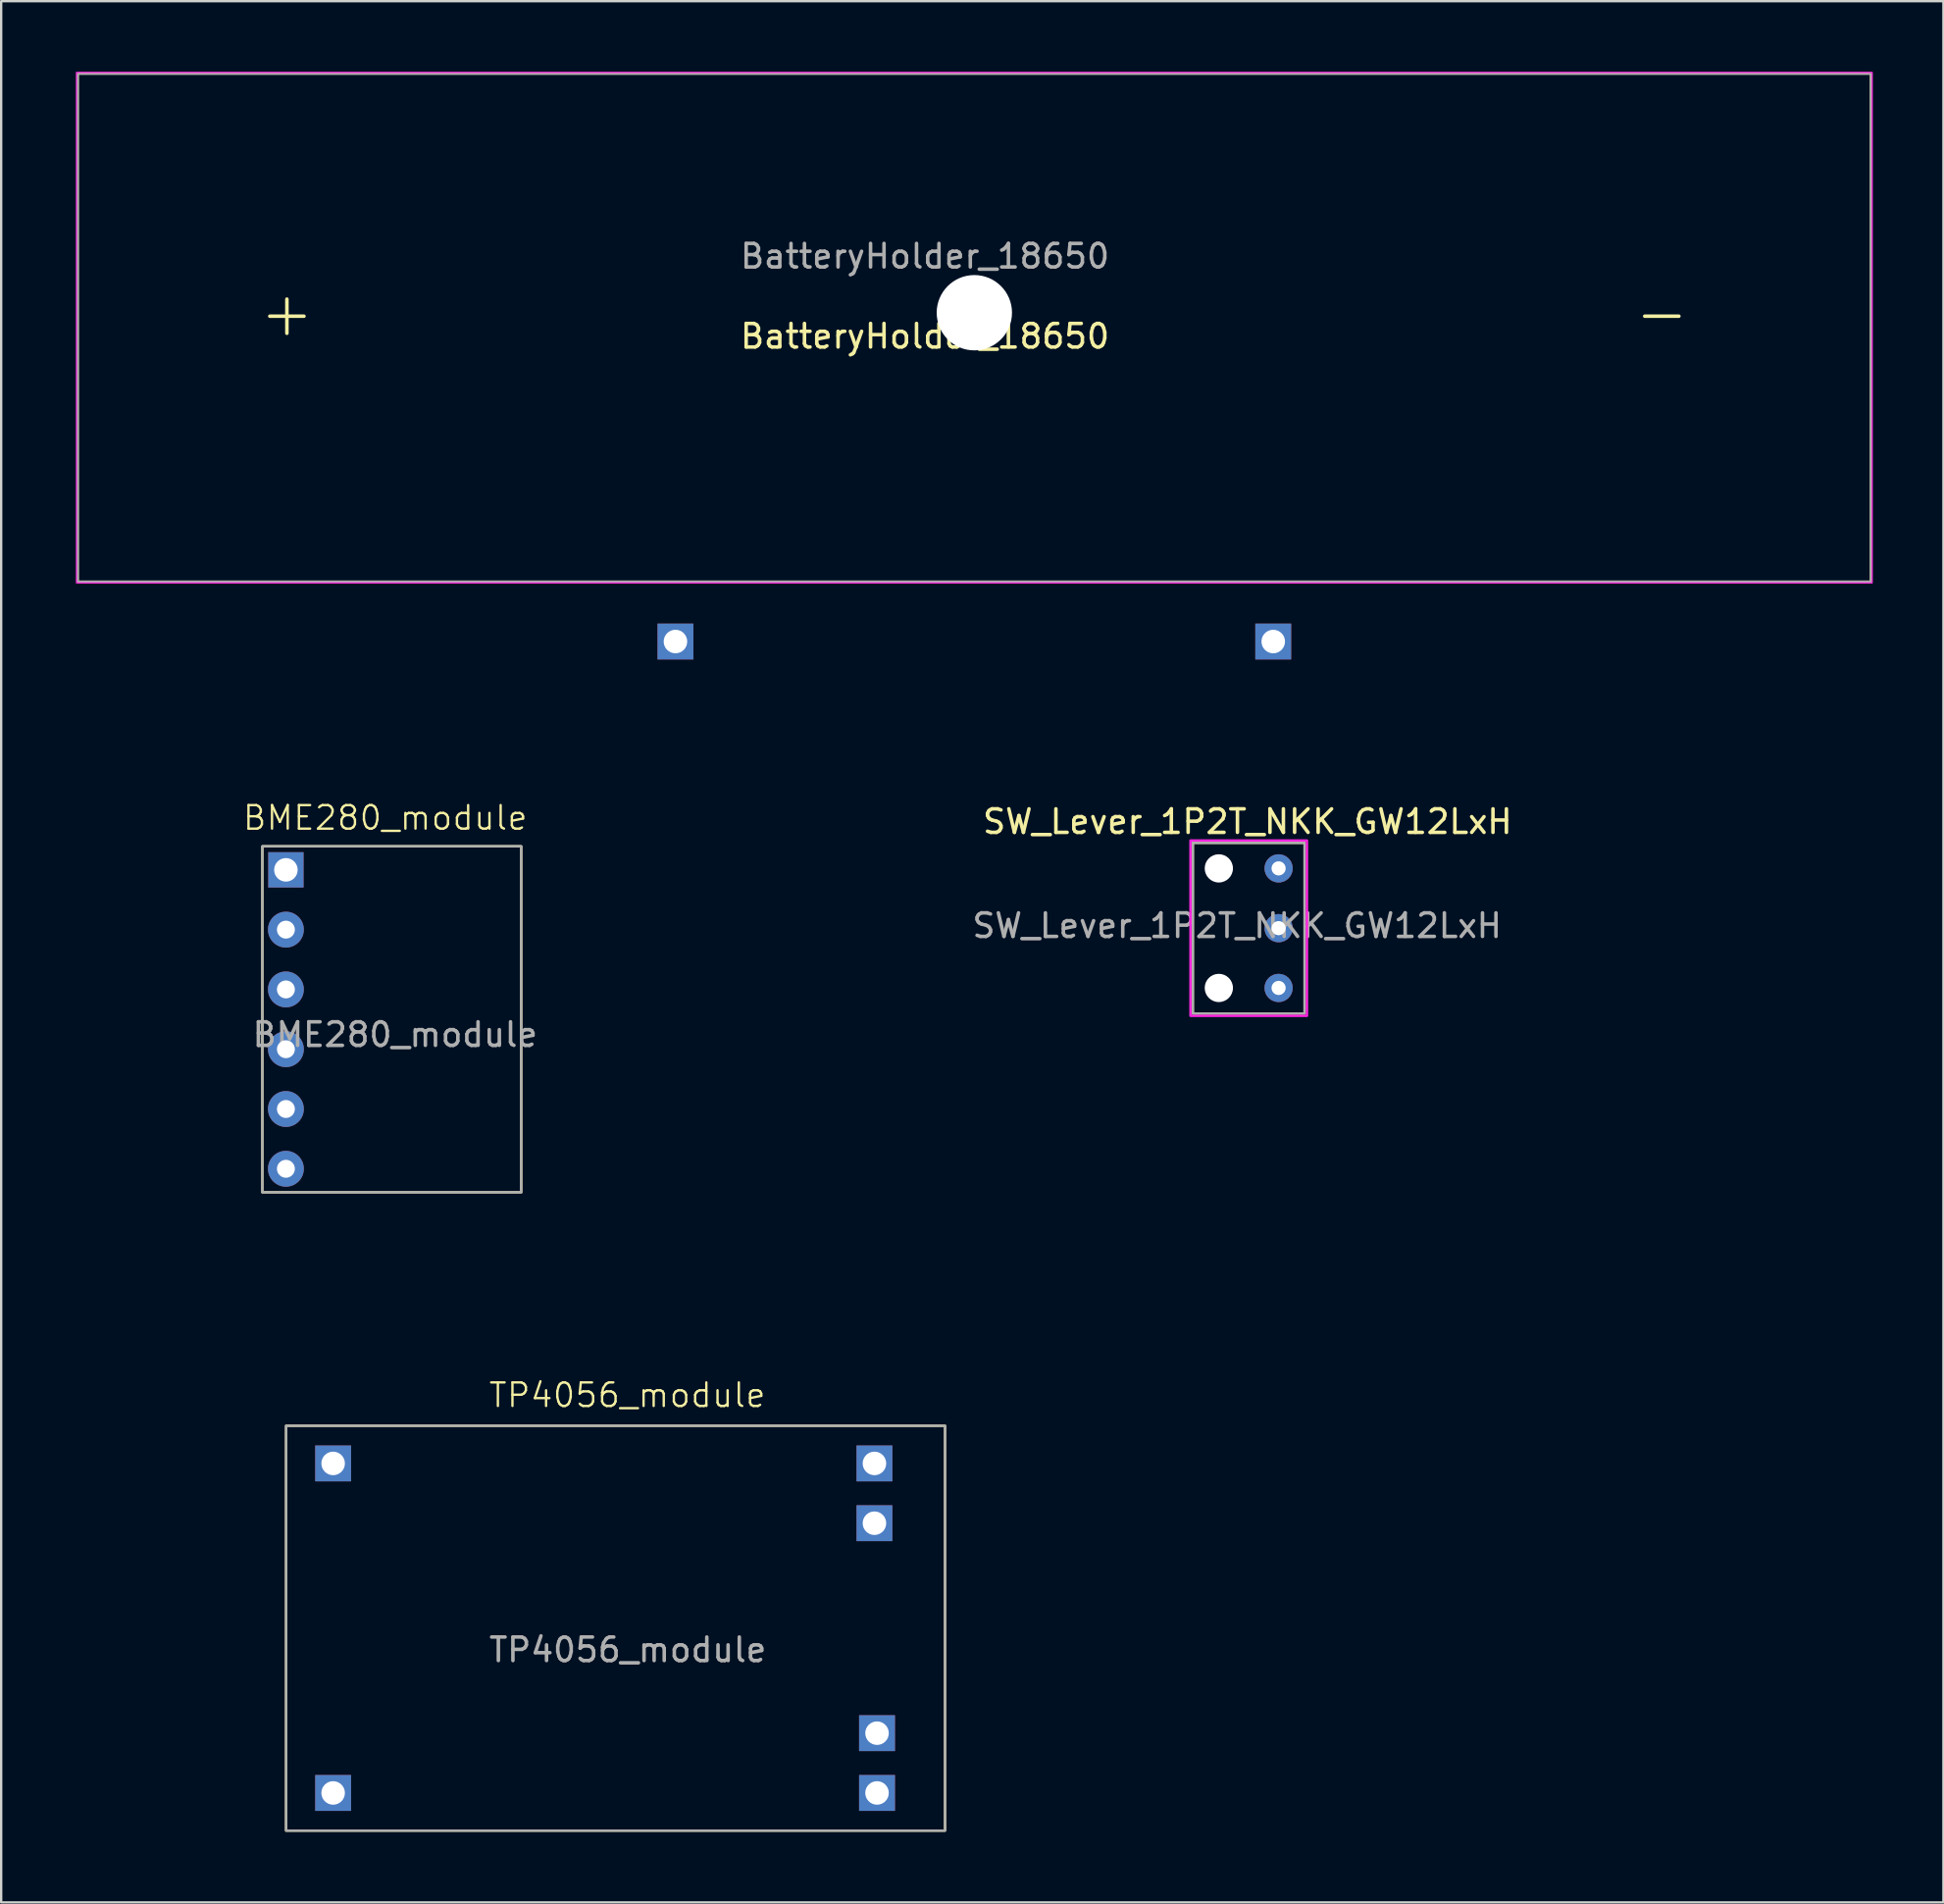
<source format=kicad_pcb>
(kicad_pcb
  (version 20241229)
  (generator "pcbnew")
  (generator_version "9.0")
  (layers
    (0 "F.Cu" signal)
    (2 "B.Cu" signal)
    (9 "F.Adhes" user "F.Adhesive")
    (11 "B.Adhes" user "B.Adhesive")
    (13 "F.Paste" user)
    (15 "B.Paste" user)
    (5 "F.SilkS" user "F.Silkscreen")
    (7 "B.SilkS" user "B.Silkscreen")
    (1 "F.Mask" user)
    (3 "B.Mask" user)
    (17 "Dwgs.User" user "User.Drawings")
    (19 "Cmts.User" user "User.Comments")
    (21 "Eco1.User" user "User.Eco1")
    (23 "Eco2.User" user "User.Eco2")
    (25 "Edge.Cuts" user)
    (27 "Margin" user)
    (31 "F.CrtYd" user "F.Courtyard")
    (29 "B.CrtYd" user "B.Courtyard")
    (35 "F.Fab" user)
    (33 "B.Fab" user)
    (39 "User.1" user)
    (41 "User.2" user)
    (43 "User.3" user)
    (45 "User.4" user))
  (footprint "TP4056_module"
    (layer "F.Cu")
    (at 11.105 59.124)
    (property "Reference" "TP4056_module" (at 12.5 -2.9 0) (unlocked yes) (layer "F.SilkS") (effects (font (size 1 1) (thickness 0.1))))
    (attr through_hole)
    (fp_rect (start -2 -1.6) (end 26 15.6) (stroke (width 0.1) (type default)) (fill no) (layer "F.SilkS"))
    (fp_rect (start -2 -1.6) (end 26 15.6) (stroke (width 0.1) (type default)) (fill no) (layer "F.Fab"))
    (fp_text user "${REFERENCE}" (at 12.52 7.92 0) (unlocked yes) (layer "F.Fab") (effects (font (size 1 1) (thickness 0.15))))
    (dimension (type orthogonal) (layer "User.1") (pts (xy 11.105 73.124) (xy 11.105 59.124)) (height 3.23) (orientation 1) (format (prefix "") (suffix "") (units 3) (units_format 1) (precision 4)) (style (thickness 0.1) (arrow_length 1.27) (text_position_mode 0) (arrow_direction outward) (extension_height 0.586) (extension_offset 0.5) (keep_text_aligned yes)) (gr_text "14.0000 mm" (at 13.185 66.124 90) (layer "User.1") (effects (font (size 1 1) (thickness 0.15)))))
    (dimension (type orthogonal) (layer "User.1") (pts (xy 34.215 70.584) (xy 34.105 61.664)) (height -2.08) (orientation 1) (format (prefix "") (suffix "") (units 3) (units_format 1) (precision 4)) (style (thickness 0.1) (arrow_length 1.27) (text_position_mode 0) (arrow_direction outward) (extension_height 0.586) (extension_offset 0.5) (keep_text_aligned yes)) (gr_text "8.9200 mm" (at 30.985 66.124 90) (layer "User.1") (effects (font (size 1 1) (thickness 0.15)))))
    (dimension (type orthogonal) (layer "User.1") (pts (xy 34.105 61.664) (xy 34.105 59.124)) (height 5.45) (orientation 1) (format (prefix "") (suffix "") (units 3) (units_format 1) (precision 4)) (style (thickness 0.1) (arrow_length 1.27) (text_position_mode 0) (arrow_direction outward) (extension_height 0.586) (extension_offset 0.5) (keep_text_aligned yes)) (gr_text "2.5400 mm" (at 38.405 60.394 90) (layer "User.1") (effects (font (size 1 1) (thickness 0.15)))))
    (dimension (type orthogonal) (layer "User.1") (pts (xy 9.105 57.524) (xy 37.105 57.524)) (height -4.87) (orientation 0) (format (prefix "") (suffix "") (units 3) (units_format 1) (precision 4)) (style (thickness 0.1) (arrow_length 1.27) (text_position_mode 0) (arrow_direction outward) (extension_height 0.586) (extension_offset 0.5) (keep_text_aligned yes)) (gr_text "28.0000 mm" (at 23.105 51.504 0) (layer "User.1") (effects (font (size 1 1) (thickness 0.15)))))
    (dimension (type orthogonal) (layer "User.1") (pts (xy 11.105 59.124) (xy 9.105 59.134)) (height -2.61) (orientation 0) (format (prefix "") (suffix "") (units 3) (units_format 1) (precision 4)) (style (thickness 0.1) (arrow_length 1.27) (text_position_mode 0) (arrow_direction outward) (extension_height 0.586) (extension_offset 0.5) (keep_text_aligned yes)) (gr_text "2.0000 mm" (at 10.105 55.364 0) (layer "User.1") (effects (font (size 1 1) (thickness 0.15)))))
    (dimension (type orthogonal) (layer "User.1") (pts (xy 34.105 59.124) (xy 34.145 57.524)) (height -4) (orientation 1) (format (prefix "") (suffix "") (units 3) (units_format 1) (precision 4)) (style (thickness 0.1) (arrow_length 1.27) (text_position_mode 0) (arrow_direction outward) (extension_height 0.586) (extension_offset 0.5) (keep_text_aligned yes)) (gr_text "1.6000 mm" (at 28.955 58.324 90) (layer "User.1") (effects (font (size 1 1) (thickness 0.15)))))
    (dimension (type orthogonal) (layer "User.1") (pts (xy 8.655 74.724) (xy 8.655 57.524)) (height -2.57) (orientation 1) (format (prefix "") (suffix "") (units 3) (units_format 1) (precision 4)) (style (thickness 0.1) (arrow_length 1.27) (text_position_mode 0) (arrow_direction outward) (extension_height 0.586) (extension_offset 0.5) (keep_text_aligned yes)) (gr_text "17.2000 mm" (at 4.935 66.124 90) (layer "User.1") (effects (font (size 1 1) (thickness 0.15)))))
    (pad "1" thru_hole rect (at 0 0) (size 1.524 1.524) (drill 1) (layers "*.Cu" "*.Mask"))
    (pad "2" thru_hole rect (at 0 14) (size 1.524 1.524) (drill 1) (layers "*.Cu" "*.Mask"))
    (pad "3" thru_hole rect (at 23 2.54) (size 1.524 1.524) (drill 1) (layers "*.Cu" "*.Mask"))
    (pad "4" thru_hole rect (at 23.11 11.46) (size 1.524 1.524) (drill 1) (layers "*.Cu" "*.Mask"))
    (pad "5" thru_hole rect (at 23 0) (size 1.524 1.524) (drill 1) (layers "*.Cu" "*.Mask"))
    (pad "6" thru_hole rect (at 23.11 14) (size 1.524 1.524) (drill 1) (layers "*.Cu" "*.Mask")))
  (footprint "BatteryHolder_18650"
    (layer "F.Cu")
    (at 0.25 10.236)
    (property "Reference" "BatteryHolder_18650" (at 36 1 0) (layer "F.SilkS") (effects (font (size 1 1) (thickness 0.15))))
    (attr through_hole)
    (fp_rect (start 0 -10.16) (end 76.2 11.43) (stroke (width 0.1) (type default)) (fill no) (layer "F.SilkS"))
    (fp_rect (start -0.051 -10.211) (end 76.251 11.481) (stroke (width 0.05) (type default)) (fill no) (layer "F.CrtYd"))
    (fp_rect (start 0 -10.16) (end 76.2 11.43) (stroke (width 0.1) (type default)) (fill no) (layer "F.Fab"))
    (fp_text user "+" (at 8.89 0 0) (unlocked yes) (layer "F.SilkS") (effects (font (size 1.905 1.905) (thickness 0.15)) (justify mirror)))
    (fp_text user "-" (at 67.31 0 0) (unlocked yes) (layer "F.SilkS") (effects (font (size 1.905 1.905) (thickness 0.15)) (justify mirror)))
    (fp_text user "${REFERENCE}" (at 36 -2.4 0) (layer "F.Fab") (effects (font (size 1 1) (thickness 0.15))))
    (pad "" np_thru_hole circle (at 38.1 0) (size 3.2 3.2) (drill 3.2) (layers "*.Cu" "*.Mask"))
    (pad "1" thru_hole rect (at 25.4 13.97) (size 1.524 1.524) (drill 1) (layers "*.Cu" "*.Mask"))
    (pad "2" thru_hole rect (at 50.8 13.97) (size 1.524 1.524) (drill 1) (layers "*.Cu" "*.Mask")))
  (footprint "BME280_module"
    (layer "F.Cu")
    (at 9.098 33.906)
    (property "Reference" "BME280_module" (at 4.22 -2.21 0) (unlocked yes) (layer "F.SilkS") (effects (font (size 1 1) (thickness 0.1))))
    (attr through_hole)
    (fp_rect (start -1 -1) (end 10 13.7) (stroke (width 0.1) (type default)) (fill no) (layer "F.SilkS"))
    (fp_rect (start -1 -1) (end 10 13.7) (stroke (width 0.1) (type default)) (fill no) (layer "F.Fab"))
    (fp_text user "${REFERENCE}" (at 4.64 7 0) (unlocked yes) (layer "F.Fab") (effects (font (size 1 1) (thickness 0.15))))
    (dimension (type orthogonal) (layer "User.1") (pts (xy 9.098 33.906) (xy 9.098 32.906)) (height -3.49) (orientation 1) (format (prefix "") (suffix "") (units 3) (units_format 1) (precision 4)) (style (thickness 0.1) (arrow_length 1.27) (text_position_mode 0) (arrow_direction outward) (extension_height 0.586) (extension_offset 0.5) (keep_text_aligned yes)) (gr_text "1.0000 mm" (at 4.458 33.406 90) (layer "User.1") (effects (font (size 1 1) (thickness 0.15)))))
    (dimension (type orthogonal) (layer "User.1") (pts (xy 9.098 46.606) (xy 9.098 44.066)) (height -3.54) (orientation 1) (format (prefix "") (suffix "") (units 3) (units_format 1) (precision 4)) (style (thickness 0.1) (arrow_length 1.27) (text_position_mode 0) (arrow_direction outward) (extension_height 0.586) (extension_offset 0.5) (keep_text_aligned yes)) (gr_text "2.5400 mm" (at 4.458 45.336 90) (layer "User.1") (effects (font (size 1 1) (thickness 0.1)))))
    (dimension (type orthogonal) (layer "User.1") (pts (xy 8.098 32.906) (xy 19.098 32.906)) (height -2.94) (orientation 0) (format (prefix "") (suffix "") (units 3) (units_format 1) (precision 4)) (style (thickness 0.1) (arrow_length 1.27) (text_position_mode 0) (arrow_direction outward) (extension_height 0.586) (extension_offset 0.5) (keep_text_aligned yes)) (gr_text "11.0000 mm" (at 13.598 28.816 0) (layer "User.1") (effects (font (size 1 1) (thickness 0.15)))))
    (dimension (type orthogonal) (layer "User.1") (pts (xy 19.098 47.606) (xy 19.098 32.906)) (height 4.8) (orientation 1) (format (prefix "") (suffix "") (units 3) (units_format 1) (precision 4)) (style (thickness 0.1) (arrow_length 1.27) (text_position_mode 0) (arrow_direction outward) (extension_height 0.586) (extension_offset 0.5) (keep_text_aligned yes)) (gr_text "14.7000 mm" (at 22.748 40.256 90) (layer "User.1") (effects (font (size 1 1) (thickness 0.15)))))
    (pad "1" thru_hole rect (at 0 0) (size 1.5 1.5) (drill 1) (layers "*.Cu" "*.Mask"))
    (pad "2" thru_hole circle (at 0 2.54) (size 1.524 1.524) (drill 0.762) (layers "*.Cu" "*.Mask"))
    (pad "3" thru_hole circle (at 0 5.08) (size 1.524 1.524) (drill 0.762) (layers "*.Cu" "*.Mask"))
    (pad "4" thru_hole circle (at 0 7.62) (size 1.524 1.524) (drill 0.762) (layers "*.Cu" "*.Mask"))
    (pad "5" thru_hole circle (at 0 10.16) (size 1.524 1.524) (drill 0.762) (layers "*.Cu" "*.Mask"))
    (pad "6" thru_hole circle (at 0 12.7) (size 1.524 1.524) (drill 0.762) (layers "*.Cu" "*.Mask")))
  (footprint "SW_Lever_1P2T_NKK_GW12LxH"
    (layer "F.Cu")
    (at 30.933 33.858)
    (property "Reference" "SW_Lever_1P2T_NKK_GW12LxH" (at 19.025 -2 0) (layer "F.SilkS") (effects (font (size 1 1) (thickness 0.15))))
    (attr through_hole)
    (fp_rect (start 16.7 -1.1) (end 21.45 6.15) (stroke (width 0.1) (type default)) (fill no) (layer "F.SilkS"))
    (fp_rect (start 16.6 -1.2) (end 21.55 6.25) (stroke (width 0.1) (type default)) (fill no) (layer "F.CrtYd"))
    (fp_rect (start 16.7 -1.1) (end 21.45 6.15) (stroke (width 0.1) (type default)) (fill no) (layer "F.Fab"))
    (fp_text user "${REFERENCE}" (at 18.58 2.42 0) (layer "F.Fab") (effects (font (size 1 1) (thickness 0.15))))
    (dimension (type aligned) (layer "User.1") (pts (xy 47.633 32.758) (xy 52.383 32.758)) (height -2.93) (format (prefix "") (suffix "") (units 3) (units_format 1) (precision 4)) (style (thickness 0.1) (arrow_length 1.27) (text_position_mode 0) (arrow_direction outward) (extension_height 0.586) (extension_offset 0.5) (keep_text_aligned yes)) (gr_text "4.7500 mm" (at 50.008 28.728 0) (layer "User.1") (effects (font (size 1 1) (thickness 0.1)))))
    (dimension (type aligned) (layer "User.1") (pts (xy 47.633 40.008) (xy 47.633 32.758)) (height -4.8) (format (prefix "") (suffix "") (units 3) (units_format 1) (precision 4)) (style (thickness 0.1) (arrow_length 1.27) (text_position_mode 0) (arrow_direction outward) (extension_height 0.586) (extension_offset 0.5) (keep_text_aligned yes)) (gr_text "7.2500 mm" (at 41.733 36.383 90) (layer "User.1") (effects (font (size 1 1) (thickness 0.1)))))
    (dimension (type aligned) (layer "User.1") (pts (xy 48.738 38.923) (xy 51.278 38.923)) (height 6.445) (format (prefix "") (suffix "") (units 3) (units_format 1) (precision 4)) (style (thickness 0.1) (arrow_length 1.27) (text_position_mode 0) (arrow_direction outward) (extension_height 0.586) (extension_offset 0.5) (keep_text_aligned yes)) (gr_text "2.5400 mm" (at 50.008 44.268 0) (layer "User.1") (effects (font (size 1 1) (thickness 0.1)))))
    (dimension (type orthogonal) (layer "User.1") (pts (xy 51.278 36.383) (xy 51.278 33.843)) (height 6.835) (orientation 1) (format (prefix "") (suffix "") (units 3) (units_format 1) (precision 4)) (style (thickness 0.1) (arrow_length 1.27) (text_position_mode 0) (arrow_direction outward) (extension_height 0.586) (extension_offset 0.5) (keep_text_aligned yes)) (gr_text "2.5400 mm" (at 57.013 35.113 90) (layer "User.1") (effects (font (size 1 1) (thickness 0.1)))))
    (pad "" np_thru_hole circle (at 17.805 -0.015) (size 1.2 1.2) (drill 1.2) (layers "*.Cu" "*.Mask"))
    (pad "" np_thru_hole circle (at 17.805 5.065) (size 1.2 1.2) (drill 1.2) (layers "*.Cu" "*.Mask"))
    (pad "4" thru_hole circle (at 20.345 -0.015) (size 1.2 1.2) (drill 0.6) (layers "*.Cu" "*.Mask"))
    (pad "5" thru_hole circle (at 20.345 2.525) (size 1.2 1.2) (drill 0.6) (layers "*.Cu" "*.Mask"))
    (pad "6" thru_hole circle (at 20.345 5.065) (size 1.2 1.2) (drill 0.6) (layers "*.Cu" "*.Mask")))
  (gr_rect
    (start -3 -3)
    (end 79.526 77.774)
    (stroke (width 0.1) (type default))
    (fill no)
    (layer "Edge.Cuts")))
</source>
